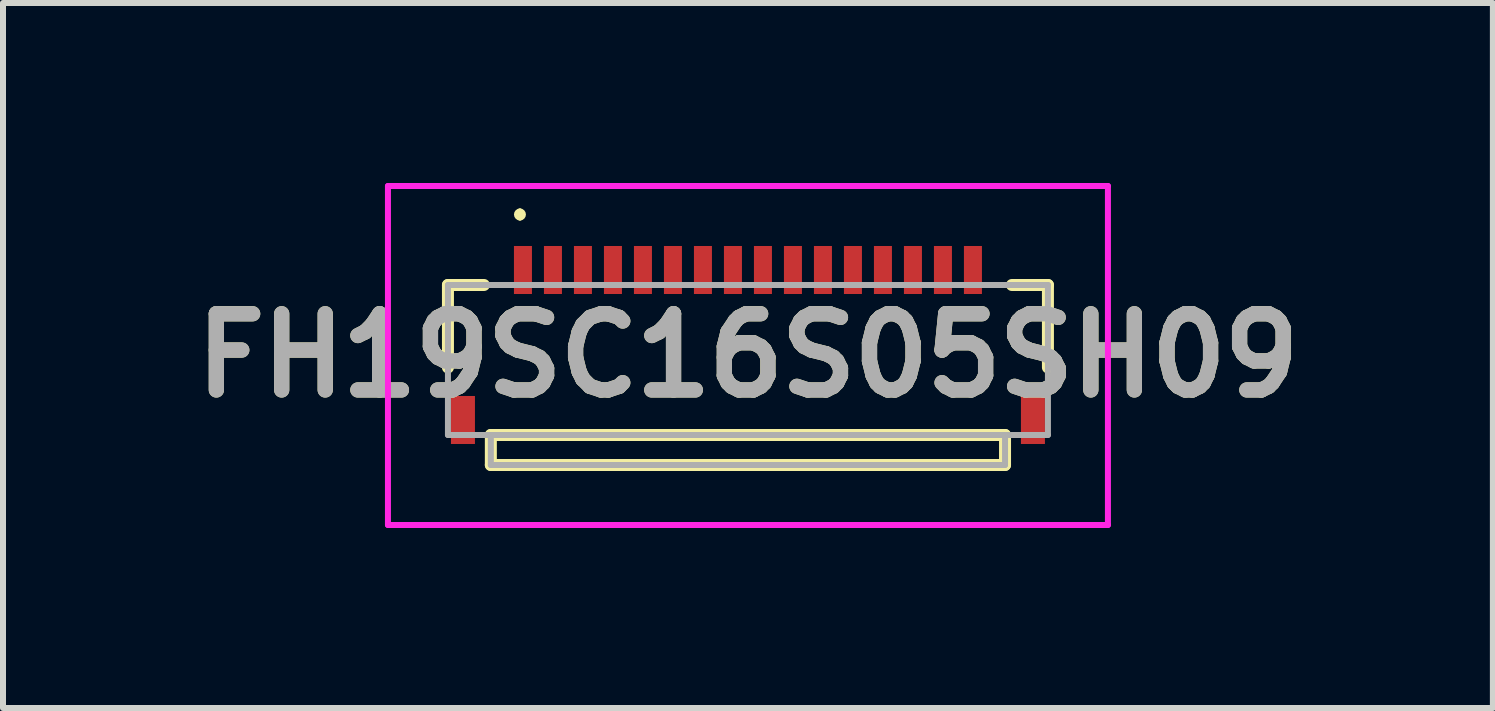
<source format=kicad_pcb>
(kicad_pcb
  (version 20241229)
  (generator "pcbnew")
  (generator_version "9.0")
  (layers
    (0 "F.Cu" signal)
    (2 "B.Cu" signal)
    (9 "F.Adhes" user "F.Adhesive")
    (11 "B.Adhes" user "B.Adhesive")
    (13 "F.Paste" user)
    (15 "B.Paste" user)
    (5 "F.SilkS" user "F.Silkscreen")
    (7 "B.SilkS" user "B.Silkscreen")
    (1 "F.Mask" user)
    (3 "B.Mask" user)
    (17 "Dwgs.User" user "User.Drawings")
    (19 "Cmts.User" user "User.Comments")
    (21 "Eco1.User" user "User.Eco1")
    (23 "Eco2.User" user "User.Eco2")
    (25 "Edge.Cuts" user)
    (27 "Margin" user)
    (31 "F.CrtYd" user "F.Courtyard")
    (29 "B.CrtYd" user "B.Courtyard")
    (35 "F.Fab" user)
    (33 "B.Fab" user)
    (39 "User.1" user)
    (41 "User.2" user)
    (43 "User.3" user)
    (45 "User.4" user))
  (footprint "FH19SC16S05SH09"
    (layer "F.Cu")
    (at 9.416 2.95)
    (property "Reference" "FH19SC16S05SH09" (at 0 -0.075 0) (layer "F.SilkS") (effects (font (size 1.27 1.27) (thickness 0.254))))
    (attr smd)
    (fp_line (start -5 -1.25) (end -5 0.125) (stroke (width 0.2) (type solid)) (layer "F.SilkS"))
    (fp_line (start -4.4 -1.25) (end -5 -1.25) (stroke (width 0.2) (type solid)) (layer "F.SilkS"))
    (fp_line (start -4.285 1.25) (end -4.285 1.75) (stroke (width 0.2) (type solid)) (layer "F.SilkS"))
    (fp_line (start -4.285 1.25) (end 4.285 1.25) (stroke (width 0.2) (type solid)) (layer "F.SilkS"))
    (fp_line (start -4.285 1.75) (end 4.285 1.75) (stroke (width 0.2) (type solid)) (layer "F.SilkS"))
    (fp_line (start -3.8 -2.475) (end -3.8 -2.475) (stroke (width 0.1) (type solid)) (layer "F.SilkS"))
    (fp_line (start -3.8 -2.375) (end -3.8 -2.375) (stroke (width 0.1) (type solid)) (layer "F.SilkS"))
    (fp_line (start 4.285 1.75) (end 4.285 1.25) (stroke (width 0.2) (type solid)) (layer "F.SilkS"))
    (fp_line (start 4.4 -1.25) (end 5 -1.25) (stroke (width 0.2) (type solid)) (layer "F.SilkS"))
    (fp_line (start 5 -1.25) (end 5 0.125) (stroke (width 0.2) (type solid)) (layer "F.SilkS"))
    (fp_arc (start -3.8 -2.475) (mid -3.75 -2.425) (end -3.8 -2.375) (stroke (width 0.1) (type solid)) (layer "F.SilkS"))
    (fp_arc (start -3.8 -2.375) (mid -3.85 -2.425) (end -3.8 -2.475) (stroke (width 0.1) (type solid)) (layer "F.SilkS"))
    (fp_line (start -6 -2.9) (end 6 -2.9) (stroke (width 0.1) (type solid)) (layer "F.CrtYd"))
    (fp_line (start -6 2.75) (end -6 -2.9) (stroke (width 0.1) (type solid)) (layer "F.CrtYd"))
    (fp_line (start 6 -2.9) (end 6 2.75) (stroke (width 0.1) (type solid)) (layer "F.CrtYd"))
    (fp_line (start 6 2.75) (end -6 2.75) (stroke (width 0.1) (type solid)) (layer "F.CrtYd"))
    (fp_line (start -5 -1.25) (end 5 -1.25) (stroke (width 0.1) (type solid)) (layer "F.Fab"))
    (fp_line (start -5 1.25) (end -5 -1.25) (stroke (width 0.1) (type solid)) (layer "F.Fab"))
    (fp_line (start -4.285 1.25) (end -4.285 1.75) (stroke (width 0.1) (type solid)) (layer "F.Fab"))
    (fp_line (start -4.285 1.75) (end 4.285 1.75) (stroke (width 0.1) (type solid)) (layer "F.Fab"))
    (fp_line (start 4.285 1.75) (end 4.285 1.25) (stroke (width 0.1) (type solid)) (layer "F.Fab"))
    (fp_line (start 5 -1.25) (end 5 1.25) (stroke (width 0.1) (type solid)) (layer "F.Fab"))
    (fp_line (start 5 1.25) (end -5 1.25) (stroke (width 0.1) (type solid)) (layer "F.Fab"))
    (fp_text user "${REFERENCE}" (at 0 -0.075 0) (layer "F.Fab") (effects (font (size 1.27 1.27) (thickness 0.254))))
    (pad "1" smd rect (at -3.75 -1.5) (size 0.3 0.8) (layers "F.Cu" "F.Mask" "F.Paste"))
    (pad "2" smd rect (at -3.25 -1.5) (size 0.3 0.8) (layers "F.Cu" "F.Mask" "F.Paste"))
    (pad "3" smd rect (at -2.75 -1.5) (size 0.3 0.8) (layers "F.Cu" "F.Mask" "F.Paste"))
    (pad "4" smd rect (at -2.25 -1.5) (size 0.3 0.8) (layers "F.Cu" "F.Mask" "F.Paste"))
    (pad "5" smd rect (at -1.75 -1.5) (size 0.3 0.8) (layers "F.Cu" "F.Mask" "F.Paste"))
    (pad "6" smd rect (at -1.25 -1.5) (size 0.3 0.8) (layers "F.Cu" "F.Mask" "F.Paste"))
    (pad "7" smd rect (at -0.75 -1.5) (size 0.3 0.8) (layers "F.Cu" "F.Mask" "F.Paste"))
    (pad "8" smd rect (at -0.25 -1.5) (size 0.3 0.8) (layers "F.Cu" "F.Mask" "F.Paste"))
    (pad "9" smd rect (at 0.25 -1.5) (size 0.3 0.8) (layers "F.Cu" "F.Mask" "F.Paste"))
    (pad "10" smd rect (at 0.75 -1.5) (size 0.3 0.8) (layers "F.Cu" "F.Mask" "F.Paste"))
    (pad "11" smd rect (at 1.25 -1.5) (size 0.3 0.8) (layers "F.Cu" "F.Mask" "F.Paste"))
    (pad "12" smd rect (at 1.75 -1.5) (size 0.3 0.8) (layers "F.Cu" "F.Mask" "F.Paste"))
    (pad "13" smd rect (at 2.25 -1.5) (size 0.3 0.8) (layers "F.Cu" "F.Mask" "F.Paste"))
    (pad "14" smd rect (at 2.75 -1.5) (size 0.3 0.8) (layers "F.Cu" "F.Mask" "F.Paste"))
    (pad "15" smd rect (at 3.25 -1.5) (size 0.3 0.8) (layers "F.Cu" "F.Mask" "F.Paste"))
    (pad "16" smd rect (at 3.75 -1.5) (size 0.3 0.8) (layers "F.Cu" "F.Mask" "F.Paste"))
    (pad "MP1" smd rect (at -4.75 1) (size 0.4 0.8) (layers "F.Cu" "F.Mask" "F.Paste"))
    (pad "MP2" smd rect (at 4.75 1) (size 0.4 0.8) (layers "F.Cu" "F.Mask" "F.Paste")))
  (gr_rect
    (start -3 -3)
    (end 21.832 8.75)
    (stroke (width 0.1) (type default))
    (fill no)
    (layer "Edge.Cuts")))
</source>
